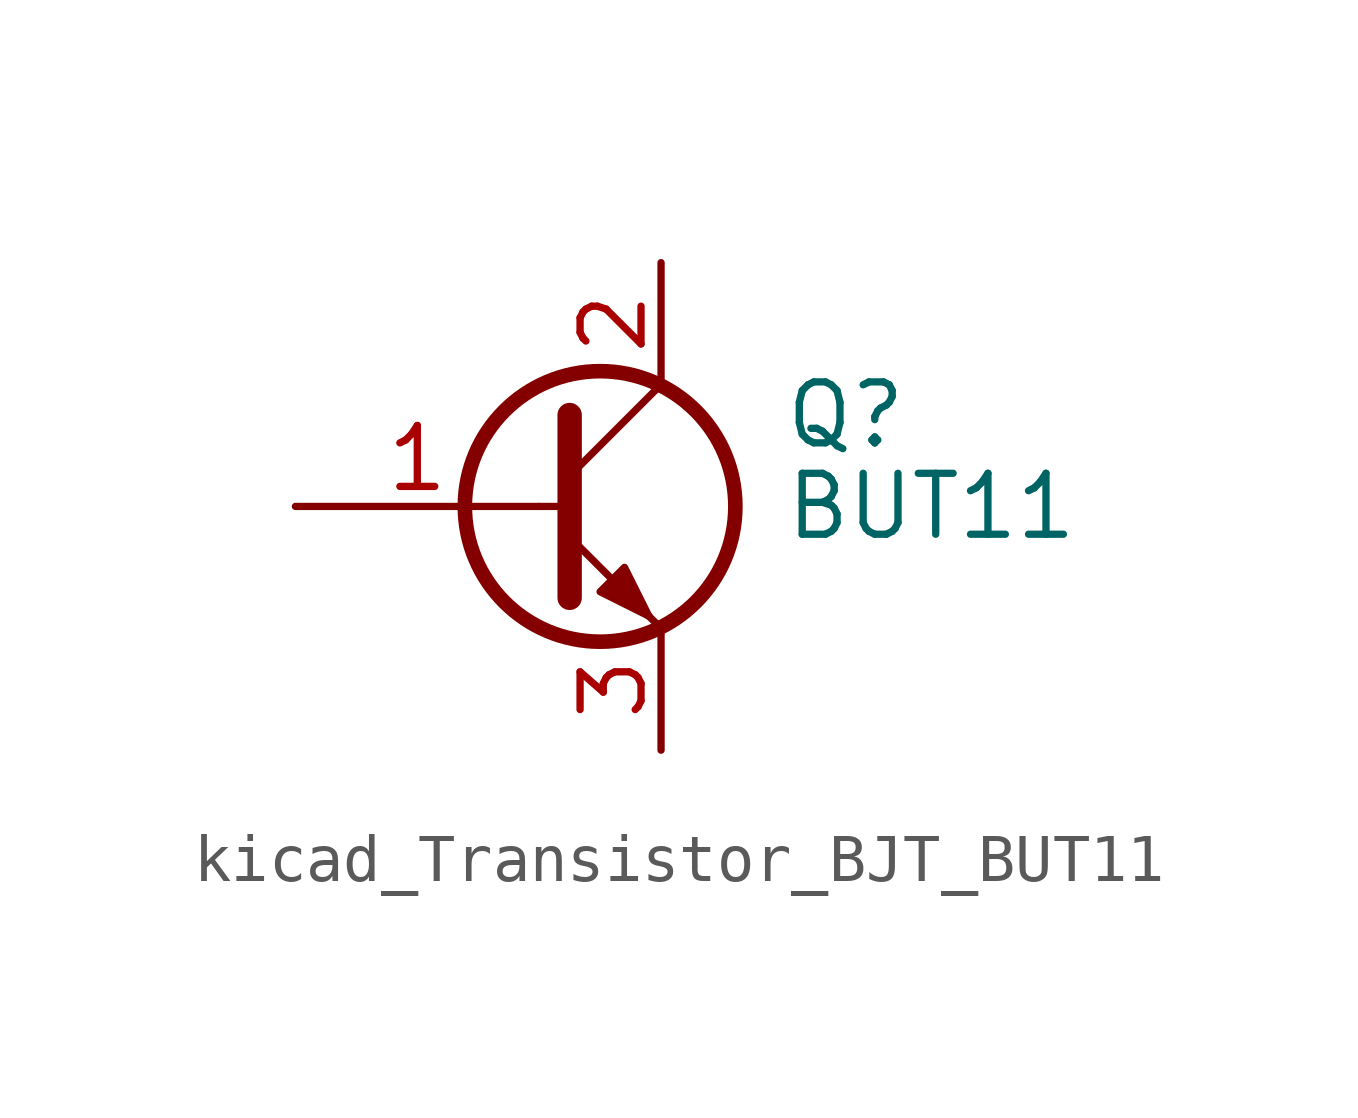
<source format=kicad_sym>
(kicad_symbol_lib
  (version 20220914)
  (generator kicad_symbol_editor)
  (symbol "kicad_Transistor_BJT_BUT11"
    (pin_names
      (offset 0) hide)
    (property "Reference" "Q"
      (at 5.08 1.905 0)
      (effects (font (size 1.27 1.27)) (justify left)))
    (property "Value" "BUT11"
      (at 5.08 0 0)
      (effects (font (size 1.27 1.27)) (justify left)))
    (symbol "kicad_Transistor_BJT_BUT11_0_1"
      (polyline (pts (xy 0 0) (xy 0.635 0)) (stroke (width 0) (type default)) (fill (type none)))
      (polyline (pts (xy 2.54 -2.54) (xy 0.635 -0.635)) (stroke (width 0) (type default)) (fill (type none)))
      (polyline (pts (xy 2.54 2.54) (xy 0.635 0.635)) (stroke (width 0) (type default)) (fill (type none)))
      (polyline (pts (xy 0.635 1.905) (xy 0.635 -1.905) (xy 0.635 -1.905)) (stroke (width 0.508) (type default)) (fill (type none)))
      (polyline (pts (xy 2.286 -2.286) (xy 1.778 -1.778) (xy 1.778 -1.778)) (stroke (width 0) (type default)) (fill (type none)))
      (polyline (pts (xy 1.27 -1.778) (xy 1.778 -1.27) (xy 2.286 -2.286) (xy 1.27 -1.778) (xy 1.27 -1.778)) (stroke (width 0) (type default)) (fill (type outline)))
      (circle (center 1.27 0) (radius 2.819) (stroke (width 0.305) (type default)) (fill (type none))))
    (symbol "kicad_Transistor_BJT_BUT11_1_1"
      (pin input line (at -5.08 0 0) (length 5.08) (name "B" (effects (font (size 1.27 1.27)))) (number "1" (effects (font (size 1.27 1.27)))))
      (pin passive line (at 2.54 5.08 270) (length 2.54) (name "C" (effects (font (size 1.27 1.27)))) (number "2" (effects (font (size 1.27 1.27)))))
      (pin passive line (at 2.54 -5.08 90) (length 2.54) (name "E" (effects (font (size 1.27 1.27)))) (number "3" (effects (font (size 1.27 1.27))))))))
</source>
